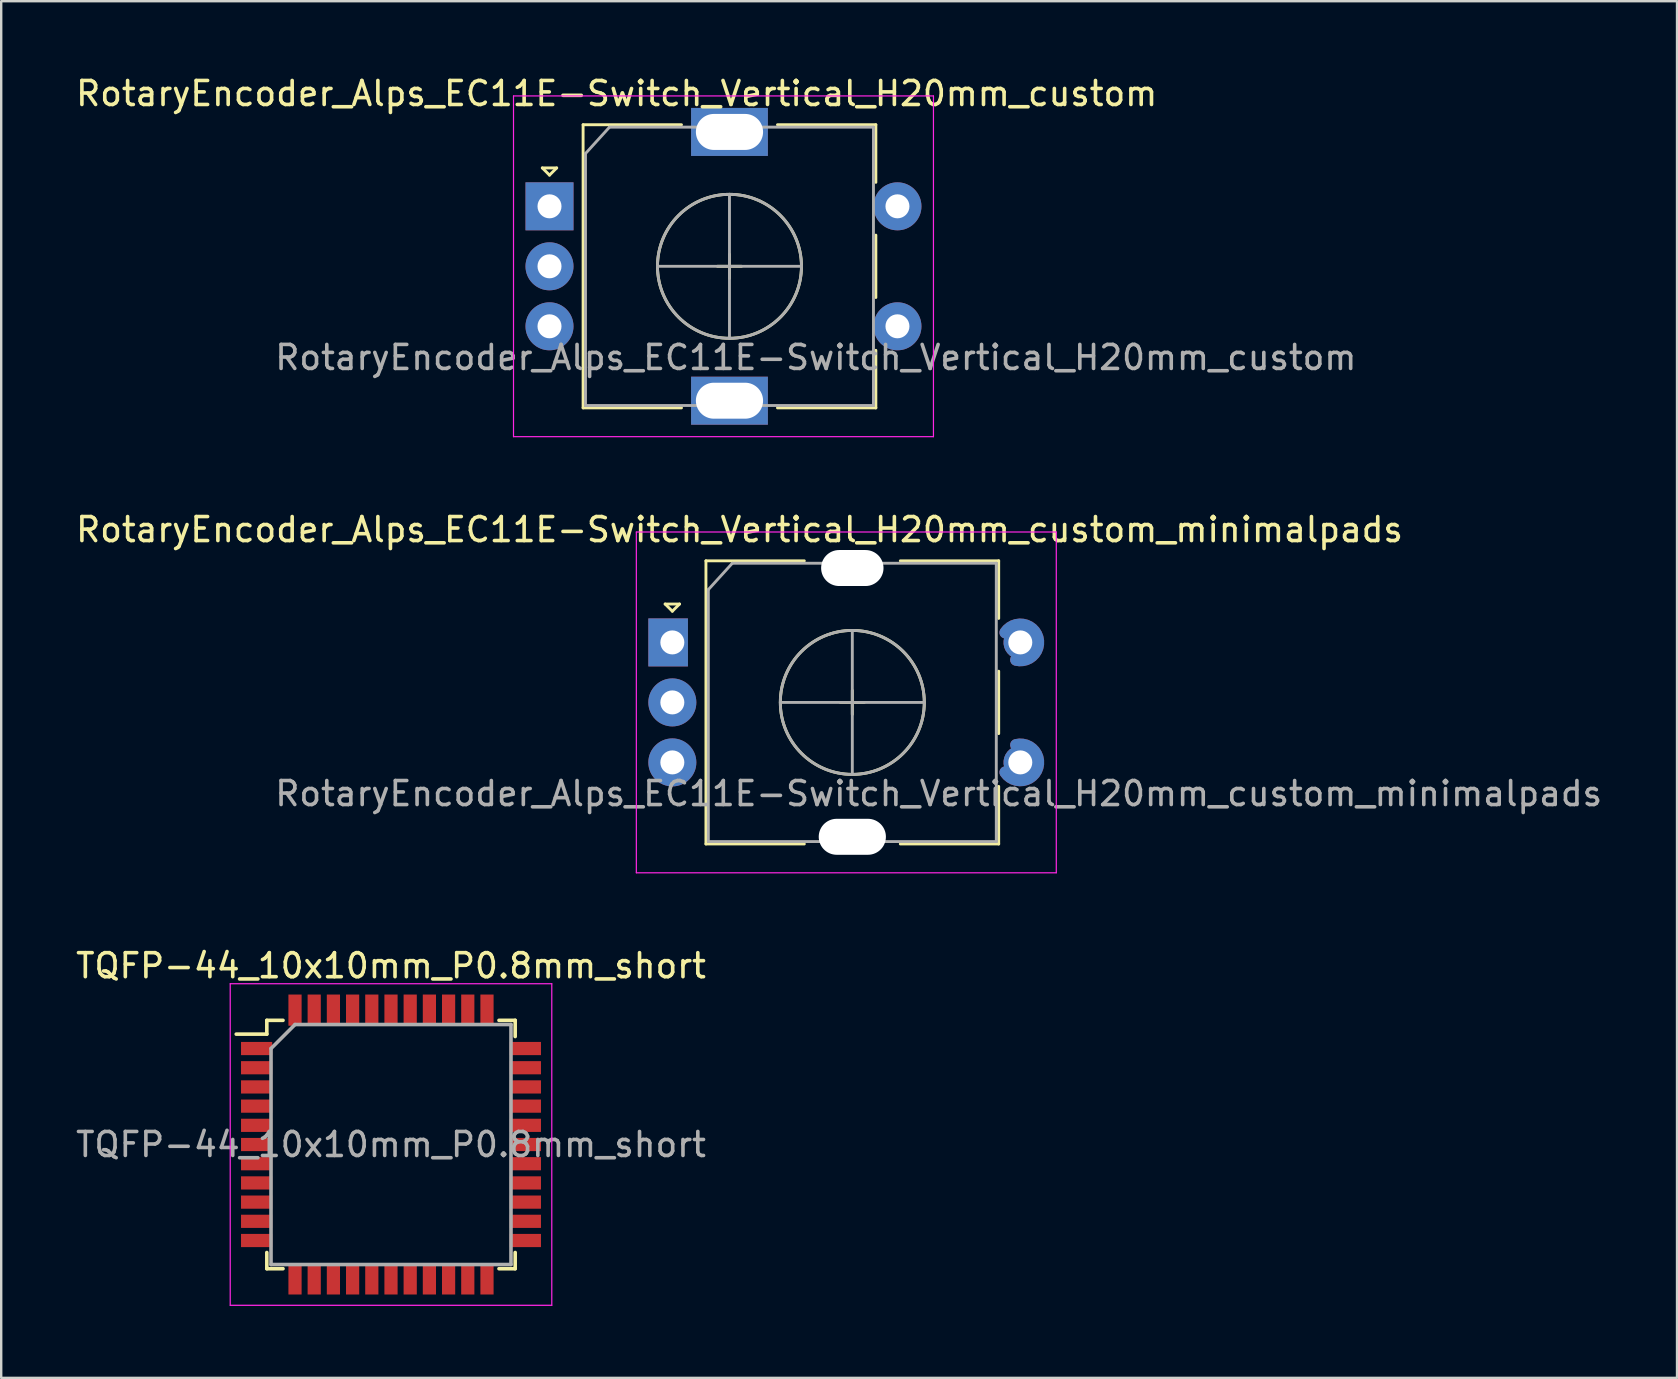
<source format=kicad_pcb>
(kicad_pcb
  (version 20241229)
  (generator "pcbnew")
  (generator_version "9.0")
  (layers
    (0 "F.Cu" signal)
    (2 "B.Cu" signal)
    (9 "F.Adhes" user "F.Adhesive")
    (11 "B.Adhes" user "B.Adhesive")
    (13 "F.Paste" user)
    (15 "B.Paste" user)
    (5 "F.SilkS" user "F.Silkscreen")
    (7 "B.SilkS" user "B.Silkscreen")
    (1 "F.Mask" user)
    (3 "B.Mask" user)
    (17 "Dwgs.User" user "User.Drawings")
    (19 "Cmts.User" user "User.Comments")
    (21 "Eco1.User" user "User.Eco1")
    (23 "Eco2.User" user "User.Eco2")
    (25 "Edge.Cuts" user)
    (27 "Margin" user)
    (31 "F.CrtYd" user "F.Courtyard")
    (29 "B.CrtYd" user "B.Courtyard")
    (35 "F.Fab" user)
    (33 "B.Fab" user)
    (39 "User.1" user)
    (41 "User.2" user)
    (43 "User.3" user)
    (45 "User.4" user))
  (footprint "TQFP-44_10x10mm_P0.8mm_short"
    (layer "F.Cu")
    (at 13.244 44.645)
    (property "Reference" "TQFP-44_10x10mm_P0.8mm_short" (at 0 -7.45 0) (layer "F.SilkS") (effects (font (size 1 1) (thickness 0.15))))
    (attr smd)
    (fp_line (start -5.175 -5.175) (end -5.175 -4.6) (stroke (width 0.15) (type solid)) (layer "F.SilkS"))
    (fp_line (start -5.175 -5.175) (end -4.5 -5.175) (stroke (width 0.15) (type solid)) (layer "F.SilkS"))
    (fp_line (start -5.175 -4.6) (end -6.45 -4.6) (stroke (width 0.15) (type solid)) (layer "F.SilkS"))
    (fp_line (start -5.175 5.175) (end -5.175 4.5) (stroke (width 0.15) (type solid)) (layer "F.SilkS"))
    (fp_line (start -5.175 5.175) (end -4.5 5.175) (stroke (width 0.15) (type solid)) (layer "F.SilkS"))
    (fp_line (start 5.175 -5.175) (end 4.5 -5.175) (stroke (width 0.15) (type solid)) (layer "F.SilkS"))
    (fp_line (start 5.175 -5.175) (end 5.175 -4.5) (stroke (width 0.15) (type solid)) (layer "F.SilkS"))
    (fp_line (start 5.175 5.175) (end 4.5 5.175) (stroke (width 0.15) (type solid)) (layer "F.SilkS"))
    (fp_line (start 5.175 5.175) (end 5.175 4.5) (stroke (width 0.15) (type solid)) (layer "F.SilkS"))
    (fp_line (start -6.7 -6.7) (end -6.7 6.7) (stroke (width 0.05) (type solid)) (layer "F.CrtYd"))
    (fp_line (start -6.7 -6.7) (end 6.7 -6.7) (stroke (width 0.05) (type solid)) (layer "F.CrtYd"))
    (fp_line (start -6.7 6.7) (end 6.7 6.7) (stroke (width 0.05) (type solid)) (layer "F.CrtYd"))
    (fp_line (start 6.7 -6.7) (end 6.7 6.7) (stroke (width 0.05) (type solid)) (layer "F.CrtYd"))
    (fp_line (start -5 -4) (end -4 -5) (stroke (width 0.15) (type solid)) (layer "F.Fab"))
    (fp_line (start -5 5) (end -5 -4) (stroke (width 0.15) (type solid)) (layer "F.Fab"))
    (fp_line (start -4 -5) (end 5 -5) (stroke (width 0.15) (type solid)) (layer "F.Fab"))
    (fp_line (start 5 -5) (end 5 5) (stroke (width 0.15) (type solid)) (layer "F.Fab"))
    (fp_line (start 5 5) (end -5 5) (stroke (width 0.15) (type solid)) (layer "F.Fab"))
    (fp_text user "${REFERENCE}" (at 0 0 0) (layer "F.Fab") (effects (font (size 1 1) (thickness 0.15))))
    (pad "1" smd rect (at -5.6 -4) (size 1.3 0.55) (layers "F.Cu" "F.Mask" "F.Paste"))
    (pad "2" smd rect (at -5.6 -3.2) (size 1.3 0.55) (layers "F.Cu" "F.Mask" "F.Paste"))
    (pad "3" smd rect (at -5.6 -2.4) (size 1.3 0.55) (layers "F.Cu" "F.Mask" "F.Paste"))
    (pad "4" smd rect (at -5.6 -1.6) (size 1.3 0.55) (layers "F.Cu" "F.Mask" "F.Paste"))
    (pad "5" smd rect (at -5.6 -0.8) (size 1.3 0.55) (layers "F.Cu" "F.Mask" "F.Paste"))
    (pad "6" smd rect (at -5.6 0) (size 1.3 0.55) (layers "F.Cu" "F.Mask" "F.Paste"))
    (pad "7" smd rect (at -5.6 0.8) (size 1.3 0.55) (layers "F.Cu" "F.Mask" "F.Paste"))
    (pad "8" smd rect (at -5.6 1.6) (size 1.3 0.55) (layers "F.Cu" "F.Mask" "F.Paste"))
    (pad "9" smd rect (at -5.6 2.4) (size 1.3 0.55) (layers "F.Cu" "F.Mask" "F.Paste"))
    (pad "10" smd rect (at -5.6 3.2) (size 1.3 0.55) (layers "F.Cu" "F.Mask" "F.Paste"))
    (pad "11" smd rect (at -5.6 4) (size 1.3 0.55) (layers "F.Cu" "F.Mask" "F.Paste"))
    (pad "12" smd rect (at -4 5.6 90) (size 1.3 0.55) (layers "F.Cu" "F.Mask" "F.Paste"))
    (pad "13" smd rect (at -3.2 5.6 90) (size 1.3 0.55) (layers "F.Cu" "F.Mask" "F.Paste"))
    (pad "14" smd rect (at -2.4 5.6 90) (size 1.3 0.55) (layers "F.Cu" "F.Mask" "F.Paste"))
    (pad "15" smd rect (at -1.6 5.6 90) (size 1.3 0.55) (layers "F.Cu" "F.Mask" "F.Paste"))
    (pad "16" smd rect (at -0.8 5.6 90) (size 1.3 0.55) (layers "F.Cu" "F.Mask" "F.Paste"))
    (pad "17" smd rect (at 0 5.6 90) (size 1.3 0.55) (layers "F.Cu" "F.Mask" "F.Paste"))
    (pad "18" smd rect (at 0.8 5.6 90) (size 1.3 0.55) (layers "F.Cu" "F.Mask" "F.Paste"))
    (pad "19" smd rect (at 1.6 5.6 90) (size 1.3 0.55) (layers "F.Cu" "F.Mask" "F.Paste"))
    (pad "20" smd rect (at 2.4 5.6 90) (size 1.3 0.55) (layers "F.Cu" "F.Mask" "F.Paste"))
    (pad "21" smd rect (at 3.2 5.6 90) (size 1.3 0.55) (layers "F.Cu" "F.Mask" "F.Paste"))
    (pad "22" smd rect (at 4 5.6 90) (size 1.3 0.55) (layers "F.Cu" "F.Mask" "F.Paste"))
    (pad "23" smd rect (at 5.6 4) (size 1.3 0.55) (layers "F.Cu" "F.Mask" "F.Paste"))
    (pad "24" smd rect (at 5.6 3.2) (size 1.3 0.55) (layers "F.Cu" "F.Mask" "F.Paste"))
    (pad "25" smd rect (at 5.6 2.4) (size 1.3 0.55) (layers "F.Cu" "F.Mask" "F.Paste"))
    (pad "26" smd rect (at 5.6 1.6) (size 1.3 0.55) (layers "F.Cu" "F.Mask" "F.Paste"))
    (pad "27" smd rect (at 5.6 0.8) (size 1.3 0.55) (layers "F.Cu" "F.Mask" "F.Paste"))
    (pad "28" smd rect (at 5.6 0) (size 1.3 0.55) (layers "F.Cu" "F.Mask" "F.Paste"))
    (pad "29" smd rect (at 5.6 -0.8) (size 1.3 0.55) (layers "F.Cu" "F.Mask" "F.Paste"))
    (pad "30" smd rect (at 5.6 -1.6) (size 1.3 0.55) (layers "F.Cu" "F.Mask" "F.Paste"))
    (pad "31" smd rect (at 5.6 -2.4) (size 1.3 0.55) (layers "F.Cu" "F.Mask" "F.Paste"))
    (pad "32" smd rect (at 5.6 -3.2) (size 1.3 0.55) (layers "F.Cu" "F.Mask" "F.Paste"))
    (pad "33" smd rect (at 5.6 -4) (size 1.3 0.55) (layers "F.Cu" "F.Mask" "F.Paste"))
    (pad "34" smd rect (at 4 -5.6 90) (size 1.3 0.55) (layers "F.Cu" "F.Mask" "F.Paste"))
    (pad "35" smd rect (at 3.2 -5.6 90) (size 1.3 0.55) (layers "F.Cu" "F.Mask" "F.Paste"))
    (pad "36" smd rect (at 2.4 -5.6 90) (size 1.3 0.55) (layers "F.Cu" "F.Mask" "F.Paste"))
    (pad "37" smd rect (at 1.6 -5.6 90) (size 1.3 0.55) (layers "F.Cu" "F.Mask" "F.Paste"))
    (pad "38" smd rect (at 0.8 -5.6 90) (size 1.3 0.55) (layers "F.Cu" "F.Mask" "F.Paste"))
    (pad "39" smd rect (at 0 -5.6 90) (size 1.3 0.55) (layers "F.Cu" "F.Mask" "F.Paste"))
    (pad "40" smd rect (at -0.8 -5.6 90) (size 1.3 0.55) (layers "F.Cu" "F.Mask" "F.Paste"))
    (pad "41" smd rect (at -1.6 -5.6 90) (size 1.3 0.55) (layers "F.Cu" "F.Mask" "F.Paste"))
    (pad "42" smd rect (at -2.4 -5.6 90) (size 1.3 0.55) (layers "F.Cu" "F.Mask" "F.Paste"))
    (pad "43" smd rect (at -3.2 -5.6 90) (size 1.3 0.55) (layers "F.Cu" "F.Mask" "F.Paste"))
    (pad "44" smd rect (at -4 -5.6 90) (size 1.3 0.55) (layers "F.Cu" "F.Mask" "F.Paste")))
  (footprint "RotaryEncoder_Alps_EC11E-Switch_Vertical_H20mm_custom_minimalpads"
    (layer "F.Cu")
    (at 32.468 26.221)
    (property "Reference" "RotaryEncoder_Alps_EC11E-Switch_Vertical_H20mm_custom_minimalpads" (at -4.7 -7.2 0) (layer "F.SilkS") (effects (font (size 1 1) (thickness 0.15))))
    (attr through_hole)
    (fp_line (start -7.8 -4.1) (end -7.2 -4.1) (stroke (width 0.12) (type solid)) (layer "F.SilkS"))
    (fp_line (start -7.5 -3.8) (end -7.8 -4.1) (stroke (width 0.12) (type solid)) (layer "F.SilkS"))
    (fp_line (start -7.2 -4.1) (end -7.5 -3.8) (stroke (width 0.12) (type solid)) (layer "F.SilkS"))
    (fp_line (start -6.1 -5.9) (end -6.1 5.9) (stroke (width 0.12) (type solid)) (layer "F.SilkS"))
    (fp_line (start -2 -5.9) (end -6.1 -5.9) (stroke (width 0.12) (type solid)) (layer "F.SilkS"))
    (fp_line (start -2 5.9) (end -6.1 5.9) (stroke (width 0.12) (type solid)) (layer "F.SilkS"))
    (fp_line (start -0.5 0) (end 0.5 0) (stroke (width 0.12) (type solid)) (layer "F.SilkS"))
    (fp_line (start 0 -0.5) (end 0 0.5) (stroke (width 0.12) (type solid)) (layer "F.SilkS"))
    (fp_line (start 2 -5.9) (end 6.1 -5.9) (stroke (width 0.12) (type solid)) (layer "F.SilkS"))
    (fp_line (start 6.1 -5.9) (end 6.1 -3.5) (stroke (width 0.12) (type solid)) (layer "F.SilkS"))
    (fp_line (start 6.1 -1.3) (end 6.1 1.3) (stroke (width 0.12) (type solid)) (layer "F.SilkS"))
    (fp_line (start 6.1 3.5) (end 6.1 5.9) (stroke (width 0.12) (type solid)) (layer "F.SilkS"))
    (fp_line (start 6.1 5.9) (end 2 5.9) (stroke (width 0.12) (type solid)) (layer "F.SilkS"))
    (fp_circle (center 0 0) (end 3 0) (stroke (width 0.12) (type solid)) (fill no) (layer "F.SilkS"))
    (fp_line (start -9 -7.1) (end -9 7.1) (stroke (width 0.05) (type solid)) (layer "F.CrtYd"))
    (fp_line (start -9 -7.1) (end 8.5 -7.1) (stroke (width 0.05) (type solid)) (layer "F.CrtYd"))
    (fp_line (start 8.5 7.1) (end -9 7.1) (stroke (width 0.05) (type solid)) (layer "F.CrtYd"))
    (fp_line (start 8.5 7.1) (end 8.5 -7.1) (stroke (width 0.05) (type solid)) (layer "F.CrtYd"))
    (fp_line (start -6 -4.7) (end -5 -5.8) (stroke (width 0.12) (type solid)) (layer "F.Fab"))
    (fp_line (start -6 5.8) (end -6 -4.7) (stroke (width 0.12) (type solid)) (layer "F.Fab"))
    (fp_line (start -5 -5.8) (end 6 -5.8) (stroke (width 0.12) (type solid)) (layer "F.Fab"))
    (fp_line (start -3 0) (end 3 0) (stroke (width 0.12) (type solid)) (layer "F.Fab"))
    (fp_line (start 0 -3) (end 0 3) (stroke (width 0.12) (type solid)) (layer "F.Fab"))
    (fp_line (start 6 -5.8) (end 6 5.8) (stroke (width 0.12) (type solid)) (layer "F.Fab"))
    (fp_line (start 6 5.8) (end -6 5.8) (stroke (width 0.12) (type solid)) (layer "F.Fab"))
    (fp_circle (center 0 0) (end 3 0) (stroke (width 0.12) (type solid)) (fill no) (layer "F.Fab"))
    (fp_text user "${REFERENCE}" (at 3.6 3.8 0) (layer "F.Fab") (effects (font (size 1 1) (thickness 0.15))))
    (pad "" np_thru_hole oval (at 0 -5.6) (size 2.6 1.5) (drill oval 2.6 1.5) (layers "*.Cu" "*.Mask"))
    (pad "" np_thru_hole oval (at 0 5.6) (size 2.8 1.5) (drill oval 2.8 1.5) (layers "*.Cu" "*.Mask"))
    (pad "A" thru_hole custom (at -7.5 -2.5) (size 1.3 1.3) (drill 1) (layers "*.Cu" "*.Mask") (options (anchor circle)) (primitives (gr_poly (pts (xy -1 -1) (xy -1 1) (xy 0.65 1) (xy 0.65 -1)) (width 0) (fill yes))))
    (pad "B" thru_hole circle (at -7.5 2.5) (size 2 2) (drill 1) (layers "*.Cu" "*.Mask"))
    (pad "C" thru_hole circle (at -7.5 0) (size 2 2) (drill 1) (layers "*.Cu" "*.Mask"))
    (pad "S1" thru_hole custom (at 7 2.5) (size 1.4 1.4) (drill 1) (layers "*.Cu" "*.Mask") (options (anchor circle)) (primitives (gr_arc (start -0.175 -0.725) (mid 0.694261 0.272491) (end -0.621424 0.412411) (width 0.5))))
    (pad "S2" thru_hole custom (at 7 -2.5) (size 1.4 1.4) (drill 1) (layers "*.Cu" "*.Mask") (options (anchor circle)) (primitives (gr_arc (start -0.621424 -0.412411) (mid 0.694261 -0.272491) (end -0.175 0.725) (width 0.5)))))
  (footprint "RotaryEncoder_Alps_EC11E-Switch_Vertical_H20mm_custom"
    (layer "F.Cu")
    (at 27.349 8.048)
    (property "Reference" "RotaryEncoder_Alps_EC11E-Switch_Vertical_H20mm_custom" (at -4.7 -7.2 0) (layer "F.SilkS") (effects (font (size 1 1) (thickness 0.15))))
    (attr through_hole)
    (fp_line (start -7.8 -4.1) (end -7.2 -4.1) (stroke (width 0.12) (type solid)) (layer "F.SilkS"))
    (fp_line (start -7.5 -3.8) (end -7.8 -4.1) (stroke (width 0.12) (type solid)) (layer "F.SilkS"))
    (fp_line (start -7.2 -4.1) (end -7.5 -3.8) (stroke (width 0.12) (type solid)) (layer "F.SilkS"))
    (fp_line (start -6.1 -5.9) (end -6.1 5.9) (stroke (width 0.12) (type solid)) (layer "F.SilkS"))
    (fp_line (start -2 -5.9) (end -6.1 -5.9) (stroke (width 0.12) (type solid)) (layer "F.SilkS"))
    (fp_line (start -2 5.9) (end -6.1 5.9) (stroke (width 0.12) (type solid)) (layer "F.SilkS"))
    (fp_line (start -0.5 0) (end 0.5 0) (stroke (width 0.12) (type solid)) (layer "F.SilkS"))
    (fp_line (start 0 -0.5) (end 0 0.5) (stroke (width 0.12) (type solid)) (layer "F.SilkS"))
    (fp_line (start 2 -5.9) (end 6.1 -5.9) (stroke (width 0.12) (type solid)) (layer "F.SilkS"))
    (fp_line (start 6.1 -5.9) (end 6.1 -3.5) (stroke (width 0.12) (type solid)) (layer "F.SilkS"))
    (fp_line (start 6.1 -1.3) (end 6.1 1.3) (stroke (width 0.12) (type solid)) (layer "F.SilkS"))
    (fp_line (start 6.1 3.5) (end 6.1 5.9) (stroke (width 0.12) (type solid)) (layer "F.SilkS"))
    (fp_line (start 6.1 5.9) (end 2 5.9) (stroke (width 0.12) (type solid)) (layer "F.SilkS"))
    (fp_circle (center 0 0) (end 3 0) (stroke (width 0.12) (type solid)) (fill no) (layer "F.SilkS"))
    (fp_line (start -9 -7.1) (end -9 7.1) (stroke (width 0.05) (type solid)) (layer "F.CrtYd"))
    (fp_line (start -9 -7.1) (end 8.5 -7.1) (stroke (width 0.05) (type solid)) (layer "F.CrtYd"))
    (fp_line (start 8.5 7.1) (end -9 7.1) (stroke (width 0.05) (type solid)) (layer "F.CrtYd"))
    (fp_line (start 8.5 7.1) (end 8.5 -7.1) (stroke (width 0.05) (type solid)) (layer "F.CrtYd"))
    (fp_line (start -6 -4.7) (end -5 -5.8) (stroke (width 0.12) (type solid)) (layer "F.Fab"))
    (fp_line (start -6 5.8) (end -6 -4.7) (stroke (width 0.12) (type solid)) (layer "F.Fab"))
    (fp_line (start -5 -5.8) (end 6 -5.8) (stroke (width 0.12) (type solid)) (layer "F.Fab"))
    (fp_line (start -3 0) (end 3 0) (stroke (width 0.12) (type solid)) (layer "F.Fab"))
    (fp_line (start 0 -3) (end 0 3) (stroke (width 0.12) (type solid)) (layer "F.Fab"))
    (fp_line (start 6 -5.8) (end 6 5.8) (stroke (width 0.12) (type solid)) (layer "F.Fab"))
    (fp_line (start 6 5.8) (end -6 5.8) (stroke (width 0.12) (type solid)) (layer "F.Fab"))
    (fp_circle (center 0 0) (end 3 0) (stroke (width 0.12) (type solid)) (fill no) (layer "F.Fab"))
    (fp_text user "${REFERENCE}" (at 3.6 3.8 0) (layer "F.Fab") (effects (font (size 1 1) (thickness 0.15))))
    (pad "A" thru_hole rect (at -7.5 -2.5) (size 2 2) (drill 1) (layers "*.Cu" "*.Mask"))
    (pad "B" thru_hole circle (at -7.5 2.5) (size 2 2) (drill 1) (layers "*.Cu" "*.Mask"))
    (pad "C" thru_hole circle (at -7.5 0) (size 2 2) (drill 1) (layers "*.Cu" "*.Mask"))
    (pad "MP" thru_hole rect (at 0 -5.6) (size 3.2 2) (drill oval 2.8 1.5) (layers "*.Cu" "*.Mask"))
    (pad "MP" thru_hole rect (at 0 5.6) (size 3.2 2) (drill oval 2.8 1.5) (layers "*.Cu" "*.Mask"))
    (pad "S1" thru_hole circle (at 7 2.5) (size 2 2) (drill 1) (layers "*.Cu" "*.Mask"))
    (pad "S2" thru_hole circle (at 7 -2.5) (size 2 2) (drill 1) (layers "*.Cu" "*.Mask")))
  (gr_rect
    (start -3 -3)
    (end 66.836 54.37)
    (stroke (width 0.1) (type default))
    (fill no)
    (layer "Edge.Cuts")))
</source>
